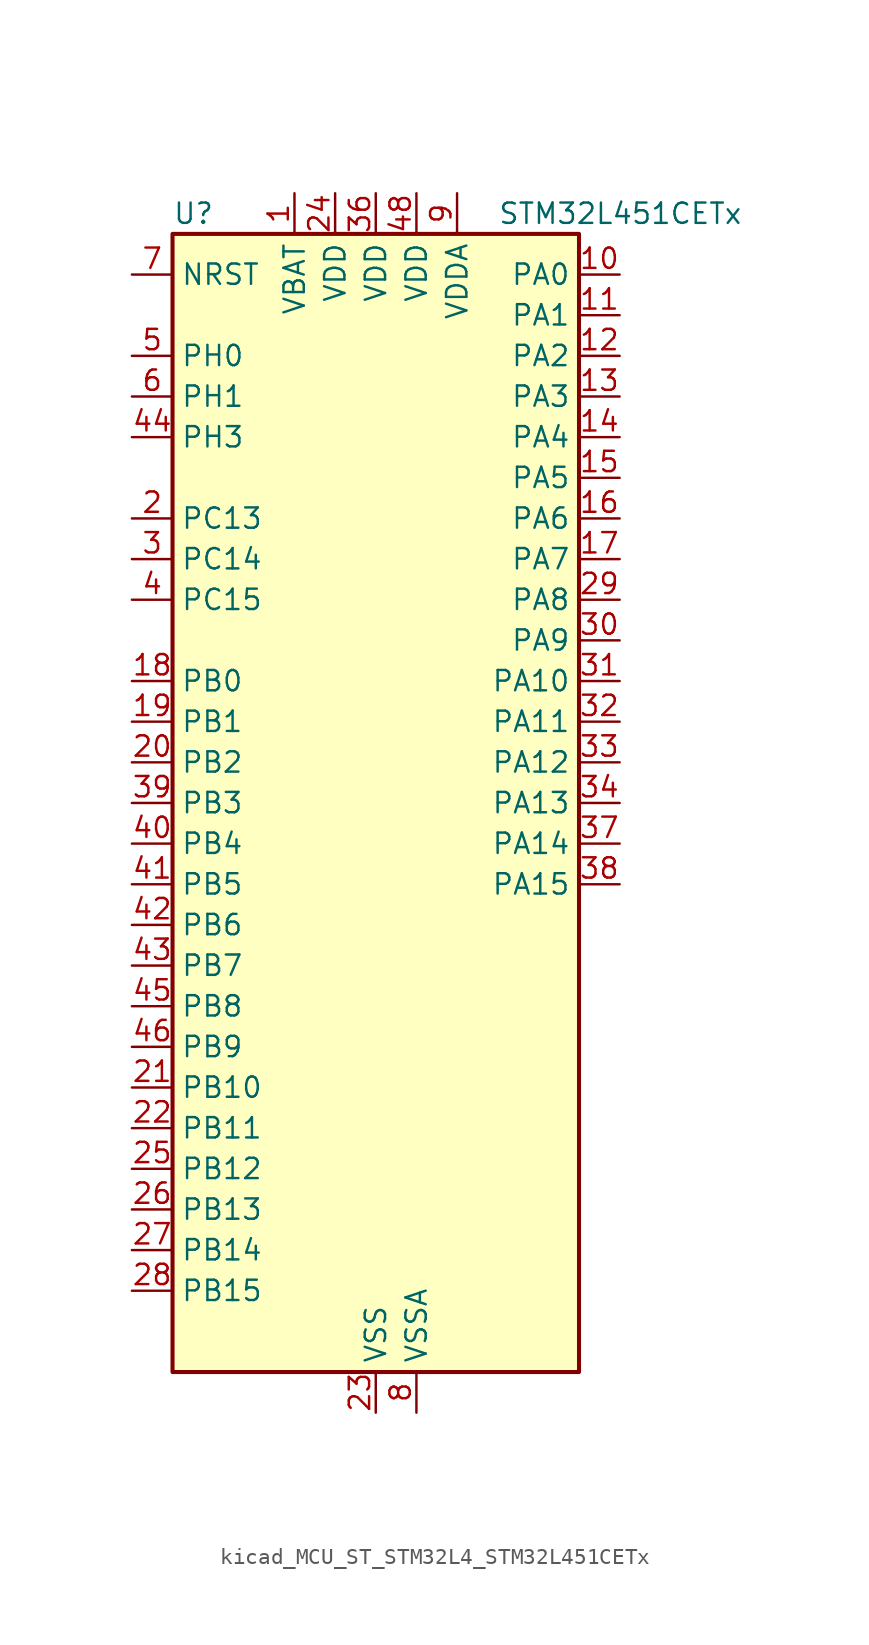
<source format=kicad_sym>
(kicad_symbol_lib
  (version 20220914)
  (generator kicad_symbol_editor)
  (symbol "kicad_MCU_ST_STM32L4_STM32L451CETx"
    (property "Reference" "U"
      (at -12.7 36.83 0)
      (effects (font (size 1.27 1.27)) (justify left)))
    (property "Value" "STM32L451CETx"
      (at 7.62 36.83 0)
      (effects (font (size 1.27 1.27)) (justify left)))
    (property "ki_locked" ""
      (at 0 0 0)
      (effects (font (size 1.27 1.27))))
    (symbol "kicad_MCU_ST_STM32L4_STM32L451CETx_0_1"
      (rectangle (start -12.7 -35.56) (end 12.7 35.56) (stroke (width 0.254) (type default)) (fill (type background))))
    (symbol "kicad_MCU_ST_STM32L4_STM32L451CETx_1_1"
      (pin power_in line (at -5.08 38.1 270) (length 2.54) (name "VBAT" (effects (font (size 1.27 1.27)))) (number "1" (effects (font (size 1.27 1.27)))))
      (pin bidirectional line (at 15.24 33.02 180) (length 2.54) (name "PA0" (effects (font (size 1.27 1.27)))) (number "10" (effects (font (size 1.27 1.27)))) (alternate "ADC1_IN5" bidirectional line) (alternate "COMP1_INM" bidirectional line) (alternate "COMP1_OUT" bidirectional line) (alternate "OPAMP1_VINP" bidirectional line) (alternate "RTC_TAMP2" bidirectional line) (alternate "SAI1_EXTCLK" bidirectional line) (alternate "SYS_WKUP1" bidirectional line) (alternate "TIM2_CH1" bidirectional line) (alternate "TIM2_ETR" bidirectional line) (alternate "UART4_TX" bidirectional line) (alternate "USART2_CTS" bidirectional line))
      (pin bidirectional line (at 15.24 30.48 180) (length 2.54) (name "PA1" (effects (font (size 1.27 1.27)))) (number "11" (effects (font (size 1.27 1.27)))) (alternate "ADC1_IN6" bidirectional line) (alternate "COMP1_INP" bidirectional line) (alternate "I2C1_SMBA" bidirectional line) (alternate "OPAMP1_VINM" bidirectional line) (alternate "SPI1_SCK" bidirectional line) (alternate "TIM15_CH1N" bidirectional line) (alternate "TIM2_CH2" bidirectional line) (alternate "UART4_RX" bidirectional line) (alternate "USART2_DE" bidirectional line) (alternate "USART2_RTS" bidirectional line))
      (pin bidirectional line (at 15.24 27.94 180) (length 2.54) (name "PA2" (effects (font (size 1.27 1.27)))) (number "12" (effects (font (size 1.27 1.27)))) (alternate "ADC1_IN7" bidirectional line) (alternate "COMP2_INM" bidirectional line) (alternate "COMP2_OUT" bidirectional line) (alternate "LPUART1_TX" bidirectional line) (alternate "QUADSPI_BK1_NCS" bidirectional line) (alternate "RCC_LSCO" bidirectional line) (alternate "SYS_WKUP4" bidirectional line) (alternate "TIM15_CH1" bidirectional line) (alternate "TIM2_CH3" bidirectional line) (alternate "USART2_TX" bidirectional line))
      (pin bidirectional line (at 15.24 25.4 180) (length 2.54) (name "PA3" (effects (font (size 1.27 1.27)))) (number "13" (effects (font (size 1.27 1.27)))) (alternate "ADC1_IN8" bidirectional line) (alternate "COMP2_INP" bidirectional line) (alternate "LPUART1_RX" bidirectional line) (alternate "OPAMP1_VOUT" bidirectional line) (alternate "QUADSPI_CLK" bidirectional line) (alternate "SAI1_MCLK_A" bidirectional line) (alternate "TIM15_CH2" bidirectional line) (alternate "TIM2_CH4" bidirectional line) (alternate "USART2_RX" bidirectional line))
      (pin bidirectional line (at 15.24 22.86 180) (length 2.54) (name "PA4" (effects (font (size 1.27 1.27)))) (number "14" (effects (font (size 1.27 1.27)))) (alternate "ADC1_IN9" bidirectional line) (alternate "COMP1_INM" bidirectional line) (alternate "COMP2_INM" bidirectional line) (alternate "DAC1_OUT1" bidirectional line) (alternate "LPTIM2_OUT" bidirectional line) (alternate "SAI1_FS_B" bidirectional line) (alternate "SPI1_NSS" bidirectional line) (alternate "SPI3_NSS" bidirectional line) (alternate "USART2_CK" bidirectional line))
      (pin bidirectional line (at 15.24 20.32 180) (length 2.54) (name "PA5" (effects (font (size 1.27 1.27)))) (number "15" (effects (font (size 1.27 1.27)))) (alternate "ADC1_IN10" bidirectional line) (alternate "COMP1_INM" bidirectional line) (alternate "COMP2_INM" bidirectional line) (alternate "DFSDM1_CKOUT" bidirectional line) (alternate "LPTIM2_ETR" bidirectional line) (alternate "SPI1_SCK" bidirectional line) (alternate "TIM2_CH1" bidirectional line) (alternate "TIM2_ETR" bidirectional line))
      (pin bidirectional line (at 15.24 17.78 180) (length 2.54) (name "PA6" (effects (font (size 1.27 1.27)))) (number "16" (effects (font (size 1.27 1.27)))) (alternate "ADC1_IN11" bidirectional line) (alternate "COMP1_OUT" bidirectional line) (alternate "LPUART1_CTS" bidirectional line) (alternate "QUADSPI_BK1_IO3" bidirectional line) (alternate "SPI1_MISO" bidirectional line) (alternate "TIM16_CH1" bidirectional line) (alternate "TIM1_BKIN" bidirectional line) (alternate "TIM1_BKIN_COMP2" bidirectional line) (alternate "TIM3_CH1" bidirectional line) (alternate "USART3_CTS" bidirectional line))
      (pin bidirectional line (at 15.24 15.24 180) (length 2.54) (name "PA7" (effects (font (size 1.27 1.27)))) (number "17" (effects (font (size 1.27 1.27)))) (alternate "ADC1_IN12" bidirectional line) (alternate "COMP2_OUT" bidirectional line) (alternate "DFSDM1_DATIN0" bidirectional line) (alternate "I2C3_SCL" bidirectional line) (alternate "QUADSPI_BK1_IO2" bidirectional line) (alternate "SPI1_MOSI" bidirectional line) (alternate "TIM1_CH1N" bidirectional line) (alternate "TIM3_CH2" bidirectional line))
      (pin bidirectional line (at -15.24 7.62 0) (length 2.54) (name "PB0" (effects (font (size 1.27 1.27)))) (number "18" (effects (font (size 1.27 1.27)))) (alternate "ADC1_IN15" bidirectional line) (alternate "COMP1_OUT" bidirectional line) (alternate "DFSDM1_CKIN0" bidirectional line) (alternate "QUADSPI_BK1_IO1" bidirectional line) (alternate "SAI1_EXTCLK" bidirectional line) (alternate "SPI1_NSS" bidirectional line) (alternate "TIM1_CH2N" bidirectional line) (alternate "TIM3_CH3" bidirectional line) (alternate "USART3_CK" bidirectional line))
      (pin bidirectional line (at -15.24 5.08 0) (length 2.54) (name "PB1" (effects (font (size 1.27 1.27)))) (number "19" (effects (font (size 1.27 1.27)))) (alternate "ADC1_IN16" bidirectional line) (alternate "COMP1_INM" bidirectional line) (alternate "DFSDM1_DATIN0" bidirectional line) (alternate "LPTIM2_IN1" bidirectional line) (alternate "LPUART1_DE" bidirectional line) (alternate "LPUART1_RTS" bidirectional line) (alternate "QUADSPI_BK1_IO0" bidirectional line) (alternate "TIM1_CH3N" bidirectional line) (alternate "TIM3_CH4" bidirectional line) (alternate "USART3_DE" bidirectional line) (alternate "USART3_RTS" bidirectional line))
      (pin bidirectional line (at -15.24 17.78 0) (length 2.54) (name "PC13" (effects (font (size 1.27 1.27)))) (number "2" (effects (font (size 1.27 1.27)))) (alternate "RTC_OUT_ALARM" bidirectional line) (alternate "RTC_OUT_CALIB" bidirectional line) (alternate "RTC_TAMP1" bidirectional line) (alternate "RTC_TS" bidirectional line) (alternate "SYS_WKUP2" bidirectional line))
      (pin bidirectional line (at -15.24 2.54 0) (length 2.54) (name "PB2" (effects (font (size 1.27 1.27)))) (number "20" (effects (font (size 1.27 1.27)))) (alternate "COMP1_INP" bidirectional line) (alternate "DFSDM1_CKIN0" bidirectional line) (alternate "I2C3_SMBA" bidirectional line) (alternate "LPTIM1_OUT" bidirectional line) (alternate "RTC_OUT_ALARM" bidirectional line) (alternate "RTC_OUT_CALIB" bidirectional line))
      (pin bidirectional line (at -15.24 -17.78 0) (length 2.54) (name "PB10" (effects (font (size 1.27 1.27)))) (number "21" (effects (font (size 1.27 1.27)))) (alternate "COMP1_OUT" bidirectional line) (alternate "I2C2_SCL" bidirectional line) (alternate "I2C4_SCL" bidirectional line) (alternate "LPUART1_RX" bidirectional line) (alternate "QUADSPI_CLK" bidirectional line) (alternate "SAI1_SCK_A" bidirectional line) (alternate "SPI2_SCK" bidirectional line) (alternate "TIM2_CH3" bidirectional line) (alternate "TSC_SYNC" bidirectional line) (alternate "USART3_TX" bidirectional line))
      (pin bidirectional line (at -15.24 -20.32 0) (length 2.54) (name "PB11" (effects (font (size 1.27 1.27)))) (number "22" (effects (font (size 1.27 1.27)))) (alternate "ADC1_EXTI11" bidirectional line) (alternate "COMP2_OUT" bidirectional line) (alternate "I2C2_SDA" bidirectional line) (alternate "I2C4_SDA" bidirectional line) (alternate "LPUART1_TX" bidirectional line) (alternate "QUADSPI_BK1_NCS" bidirectional line) (alternate "TIM2_CH4" bidirectional line) (alternate "USART3_RX" bidirectional line))
      (pin power_in line (at 0 -38.1 90) (length 2.54) (name "VSS" (effects (font (size 1.27 1.27)))) (number "23" (effects (font (size 1.27 1.27)))))
      (pin power_in line (at -2.54 38.1 270) (length 2.54) (name "VDD" (effects (font (size 1.27 1.27)))) (number "24" (effects (font (size 1.27 1.27)))))
      (pin bidirectional line (at -15.24 -22.86 0) (length 2.54) (name "PB12" (effects (font (size 1.27 1.27)))) (number "25" (effects (font (size 1.27 1.27)))) (alternate "CAN1_RX" bidirectional line) (alternate "DFSDM1_DATIN1" bidirectional line) (alternate "I2C2_SMBA" bidirectional line) (alternate "LPUART1_DE" bidirectional line) (alternate "LPUART1_RTS" bidirectional line) (alternate "SAI1_FS_A" bidirectional line) (alternate "SPI2_NSS" bidirectional line) (alternate "TIM15_BKIN" bidirectional line) (alternate "TIM1_BKIN" bidirectional line) (alternate "TIM1_BKIN_COMP2" bidirectional line) (alternate "TSC_G1_IO1" bidirectional line) (alternate "USART3_CK" bidirectional line))
      (pin bidirectional line (at -15.24 -25.4 0) (length 2.54) (name "PB13" (effects (font (size 1.27 1.27)))) (number "26" (effects (font (size 1.27 1.27)))) (alternate "CAN1_TX" bidirectional line) (alternate "DFSDM1_CKIN1" bidirectional line) (alternate "I2C2_SCL" bidirectional line) (alternate "LPUART1_CTS" bidirectional line) (alternate "SAI1_SCK_A" bidirectional line) (alternate "SPI2_SCK" bidirectional line) (alternate "TIM15_CH1N" bidirectional line) (alternate "TIM1_CH1N" bidirectional line) (alternate "TSC_G1_IO2" bidirectional line) (alternate "USART3_CTS" bidirectional line))
      (pin bidirectional line (at -15.24 -27.94 0) (length 2.54) (name "PB14" (effects (font (size 1.27 1.27)))) (number "27" (effects (font (size 1.27 1.27)))) (alternate "DFSDM1_DATIN2" bidirectional line) (alternate "I2C2_SDA" bidirectional line) (alternate "SAI1_MCLK_A" bidirectional line) (alternate "SPI2_MISO" bidirectional line) (alternate "TIM15_CH1" bidirectional line) (alternate "TIM1_CH2N" bidirectional line) (alternate "TSC_G1_IO3" bidirectional line) (alternate "USART3_DE" bidirectional line) (alternate "USART3_RTS" bidirectional line))
      (pin bidirectional line (at -15.24 -30.48 0) (length 2.54) (name "PB15" (effects (font (size 1.27 1.27)))) (number "28" (effects (font (size 1.27 1.27)))) (alternate "ADC1_EXTI15" bidirectional line) (alternate "DFSDM1_CKIN2" bidirectional line) (alternate "RTC_REFIN" bidirectional line) (alternate "SAI1_SD_A" bidirectional line) (alternate "SPI2_MOSI" bidirectional line) (alternate "TIM15_CH2" bidirectional line) (alternate "TIM1_CH3N" bidirectional line) (alternate "TSC_G1_IO4" bidirectional line))
      (pin bidirectional line (at 15.24 12.7 180) (length 2.54) (name "PA8" (effects (font (size 1.27 1.27)))) (number "29" (effects (font (size 1.27 1.27)))) (alternate "DFSDM1_CKIN1" bidirectional line) (alternate "LPTIM2_OUT" bidirectional line) (alternate "RCC_MCO" bidirectional line) (alternate "SAI1_SCK_A" bidirectional line) (alternate "TIM1_CH1" bidirectional line) (alternate "USART1_CK" bidirectional line))
      (pin bidirectional line (at -15.24 15.24 0) (length 2.54) (name "PC14" (effects (font (size 1.27 1.27)))) (number "3" (effects (font (size 1.27 1.27)))) (alternate "RCC_OSC32_IN" bidirectional line))
      (pin bidirectional line (at 15.24 10.16 180) (length 2.54) (name "PA9" (effects (font (size 1.27 1.27)))) (number "30" (effects (font (size 1.27 1.27)))) (alternate "DAC1_EXTI9" bidirectional line) (alternate "DFSDM1_DATIN1" bidirectional line) (alternate "I2C1_SCL" bidirectional line) (alternate "SAI1_FS_A" bidirectional line) (alternate "TIM15_BKIN" bidirectional line) (alternate "TIM1_CH2" bidirectional line) (alternate "USART1_TX" bidirectional line))
      (pin bidirectional line (at 15.24 7.62 180) (length 2.54) (name "PA10" (effects (font (size 1.27 1.27)))) (number "31" (effects (font (size 1.27 1.27)))) (alternate "I2C1_SDA" bidirectional line) (alternate "SAI1_SD_A" bidirectional line) (alternate "TIM1_CH3" bidirectional line) (alternate "USART1_RX" bidirectional line))
      (pin bidirectional line (at 15.24 5.08 180) (length 2.54) (name "PA11" (effects (font (size 1.27 1.27)))) (number "32" (effects (font (size 1.27 1.27)))) (alternate "ADC1_EXTI11" bidirectional line) (alternate "CAN1_RX" bidirectional line) (alternate "COMP1_OUT" bidirectional line) (alternate "SPI1_MISO" bidirectional line) (alternate "TIM1_BKIN2" bidirectional line) (alternate "TIM1_BKIN2_COMP1" bidirectional line) (alternate "TIM1_CH4" bidirectional line) (alternate "USART1_CTS" bidirectional line))
      (pin bidirectional line (at 15.24 2.54 180) (length 2.54) (name "PA12" (effects (font (size 1.27 1.27)))) (number "33" (effects (font (size 1.27 1.27)))) (alternate "CAN1_TX" bidirectional line) (alternate "SPI1_MOSI" bidirectional line) (alternate "TIM1_ETR" bidirectional line) (alternate "USART1_DE" bidirectional line) (alternate "USART1_RTS" bidirectional line))
      (pin bidirectional line (at 15.24 0 180) (length 2.54) (name "PA13" (effects (font (size 1.27 1.27)))) (number "34" (effects (font (size 1.27 1.27)))) (alternate "IR_OUT" bidirectional line) (alternate "SAI1_SD_B" bidirectional line) (alternate "SYS_JTMS-SWDIO" bidirectional line))
      (pin passive line (at 0 -38.1 90) (length 2.54) hide (name "VSS" (effects (font (size 1.27 1.27)))) (number "35" (effects (font (size 1.27 1.27)))))
      (pin power_in line (at 0 38.1 270) (length 2.54) (name "VDD" (effects (font (size 1.27 1.27)))) (number "36" (effects (font (size 1.27 1.27)))))
      (pin bidirectional line (at 15.24 -2.54 180) (length 2.54) (name "PA14" (effects (font (size 1.27 1.27)))) (number "37" (effects (font (size 1.27 1.27)))) (alternate "I2C1_SMBA" bidirectional line) (alternate "I2C4_SMBA" bidirectional line) (alternate "LPTIM1_OUT" bidirectional line) (alternate "SAI1_FS_B" bidirectional line) (alternate "SYS_JTCK-SWCLK" bidirectional line))
      (pin bidirectional line (at 15.24 -5.08 180) (length 2.54) (name "PA15" (effects (font (size 1.27 1.27)))) (number "38" (effects (font (size 1.27 1.27)))) (alternate "ADC1_EXTI15" bidirectional line) (alternate "SPI1_NSS" bidirectional line) (alternate "SPI3_NSS" bidirectional line) (alternate "SYS_JTDI" bidirectional line) (alternate "TIM2_CH1" bidirectional line) (alternate "TIM2_ETR" bidirectional line) (alternate "UART4_DE" bidirectional line) (alternate "UART4_RTS" bidirectional line) (alternate "USART2_RX" bidirectional line) (alternate "USART3_DE" bidirectional line) (alternate "USART3_RTS" bidirectional line))
      (pin bidirectional line (at -15.24 0 0) (length 2.54) (name "PB3" (effects (font (size 1.27 1.27)))) (number "39" (effects (font (size 1.27 1.27)))) (alternate "COMP2_INM" bidirectional line) (alternate "SAI1_SCK_B" bidirectional line) (alternate "SPI1_SCK" bidirectional line) (alternate "SPI3_SCK" bidirectional line) (alternate "SYS_JTDO-SWO" bidirectional line) (alternate "TIM2_CH2" bidirectional line) (alternate "USART1_DE" bidirectional line) (alternate "USART1_RTS" bidirectional line))
      (pin bidirectional line (at -15.24 12.7 0) (length 2.54) (name "PC15" (effects (font (size 1.27 1.27)))) (number "4" (effects (font (size 1.27 1.27)))) (alternate "ADC1_EXTI15" bidirectional line) (alternate "RCC_OSC32_OUT" bidirectional line))
      (pin bidirectional line (at -15.24 -2.54 0) (length 2.54) (name "PB4" (effects (font (size 1.27 1.27)))) (number "40" (effects (font (size 1.27 1.27)))) (alternate "COMP2_INP" bidirectional line) (alternate "I2C3_SDA" bidirectional line) (alternate "SAI1_MCLK_B" bidirectional line) (alternate "SPI1_MISO" bidirectional line) (alternate "SPI3_MISO" bidirectional line) (alternate "SYS_JTRST" bidirectional line) (alternate "TIM3_CH1" bidirectional line) (alternate "TSC_G2_IO1" bidirectional line) (alternate "USART1_CTS" bidirectional line))
      (pin bidirectional line (at -15.24 -5.08 0) (length 2.54) (name "PB5" (effects (font (size 1.27 1.27)))) (number "41" (effects (font (size 1.27 1.27)))) (alternate "CAN1_RX" bidirectional line) (alternate "COMP2_OUT" bidirectional line) (alternate "I2C1_SMBA" bidirectional line) (alternate "LPTIM1_IN1" bidirectional line) (alternate "SAI1_SD_B" bidirectional line) (alternate "SPI1_MOSI" bidirectional line) (alternate "SPI3_MOSI" bidirectional line) (alternate "TIM16_BKIN" bidirectional line) (alternate "TIM3_CH2" bidirectional line) (alternate "TSC_G2_IO2" bidirectional line) (alternate "USART1_CK" bidirectional line))
      (pin bidirectional line (at -15.24 -7.62 0) (length 2.54) (name "PB6" (effects (font (size 1.27 1.27)))) (number "42" (effects (font (size 1.27 1.27)))) (alternate "CAN1_TX" bidirectional line) (alternate "COMP2_INP" bidirectional line) (alternate "I2C1_SCL" bidirectional line) (alternate "I2C4_SCL" bidirectional line) (alternate "LPTIM1_ETR" bidirectional line) (alternate "SAI1_FS_B" bidirectional line) (alternate "TIM16_CH1N" bidirectional line) (alternate "TSC_G2_IO3" bidirectional line) (alternate "USART1_TX" bidirectional line))
      (pin bidirectional line (at -15.24 -10.16 0) (length 2.54) (name "PB7" (effects (font (size 1.27 1.27)))) (number "43" (effects (font (size 1.27 1.27)))) (alternate "COMP2_INM" bidirectional line) (alternate "I2C1_SDA" bidirectional line) (alternate "I2C4_SDA" bidirectional line) (alternate "LPTIM1_IN2" bidirectional line) (alternate "SYS_PVD_IN" bidirectional line) (alternate "TSC_G2_IO4" bidirectional line) (alternate "UART4_CTS" bidirectional line) (alternate "USART1_RX" bidirectional line))
      (pin bidirectional line (at -15.24 22.86 0) (length 2.54) (name "PH3" (effects (font (size 1.27 1.27)))) (number "44" (effects (font (size 1.27 1.27)))))
      (pin bidirectional line (at -15.24 -12.7 0) (length 2.54) (name "PB8" (effects (font (size 1.27 1.27)))) (number "45" (effects (font (size 1.27 1.27)))) (alternate "CAN1_RX" bidirectional line) (alternate "I2C1_SCL" bidirectional line) (alternate "SAI1_MCLK_A" bidirectional line) (alternate "TIM16_CH1" bidirectional line))
      (pin bidirectional line (at -15.24 -15.24 0) (length 2.54) (name "PB9" (effects (font (size 1.27 1.27)))) (number "46" (effects (font (size 1.27 1.27)))) (alternate "CAN1_TX" bidirectional line) (alternate "DAC1_EXTI9" bidirectional line) (alternate "I2C1_SDA" bidirectional line) (alternate "IR_OUT" bidirectional line) (alternate "SAI1_FS_A" bidirectional line) (alternate "SPI2_NSS" bidirectional line))
      (pin passive line (at 0 -38.1 90) (length 2.54) hide (name "VSS" (effects (font (size 1.27 1.27)))) (number "47" (effects (font (size 1.27 1.27)))))
      (pin power_in line (at 2.54 38.1 270) (length 2.54) (name "VDD" (effects (font (size 1.27 1.27)))) (number "48" (effects (font (size 1.27 1.27)))))
      (pin bidirectional line (at -15.24 27.94 0) (length 2.54) (name "PH0" (effects (font (size 1.27 1.27)))) (number "5" (effects (font (size 1.27 1.27)))) (alternate "RCC_OSC_IN" bidirectional line))
      (pin bidirectional line (at -15.24 25.4 0) (length 2.54) (name "PH1" (effects (font (size 1.27 1.27)))) (number "6" (effects (font (size 1.27 1.27)))) (alternate "RCC_OSC_OUT" bidirectional line))
      (pin input line (at -15.24 33.02 0) (length 2.54) (name "NRST" (effects (font (size 1.27 1.27)))) (number "7" (effects (font (size 1.27 1.27)))))
      (pin power_in line (at 2.54 -38.1 90) (length 2.54) (name "VSSA" (effects (font (size 1.27 1.27)))) (number "8" (effects (font (size 1.27 1.27)))))
      (pin power_in line (at 5.08 38.1 270) (length 2.54) (name "VDDA" (effects (font (size 1.27 1.27)))) (number "9" (effects (font (size 1.27 1.27))))))))
</source>
